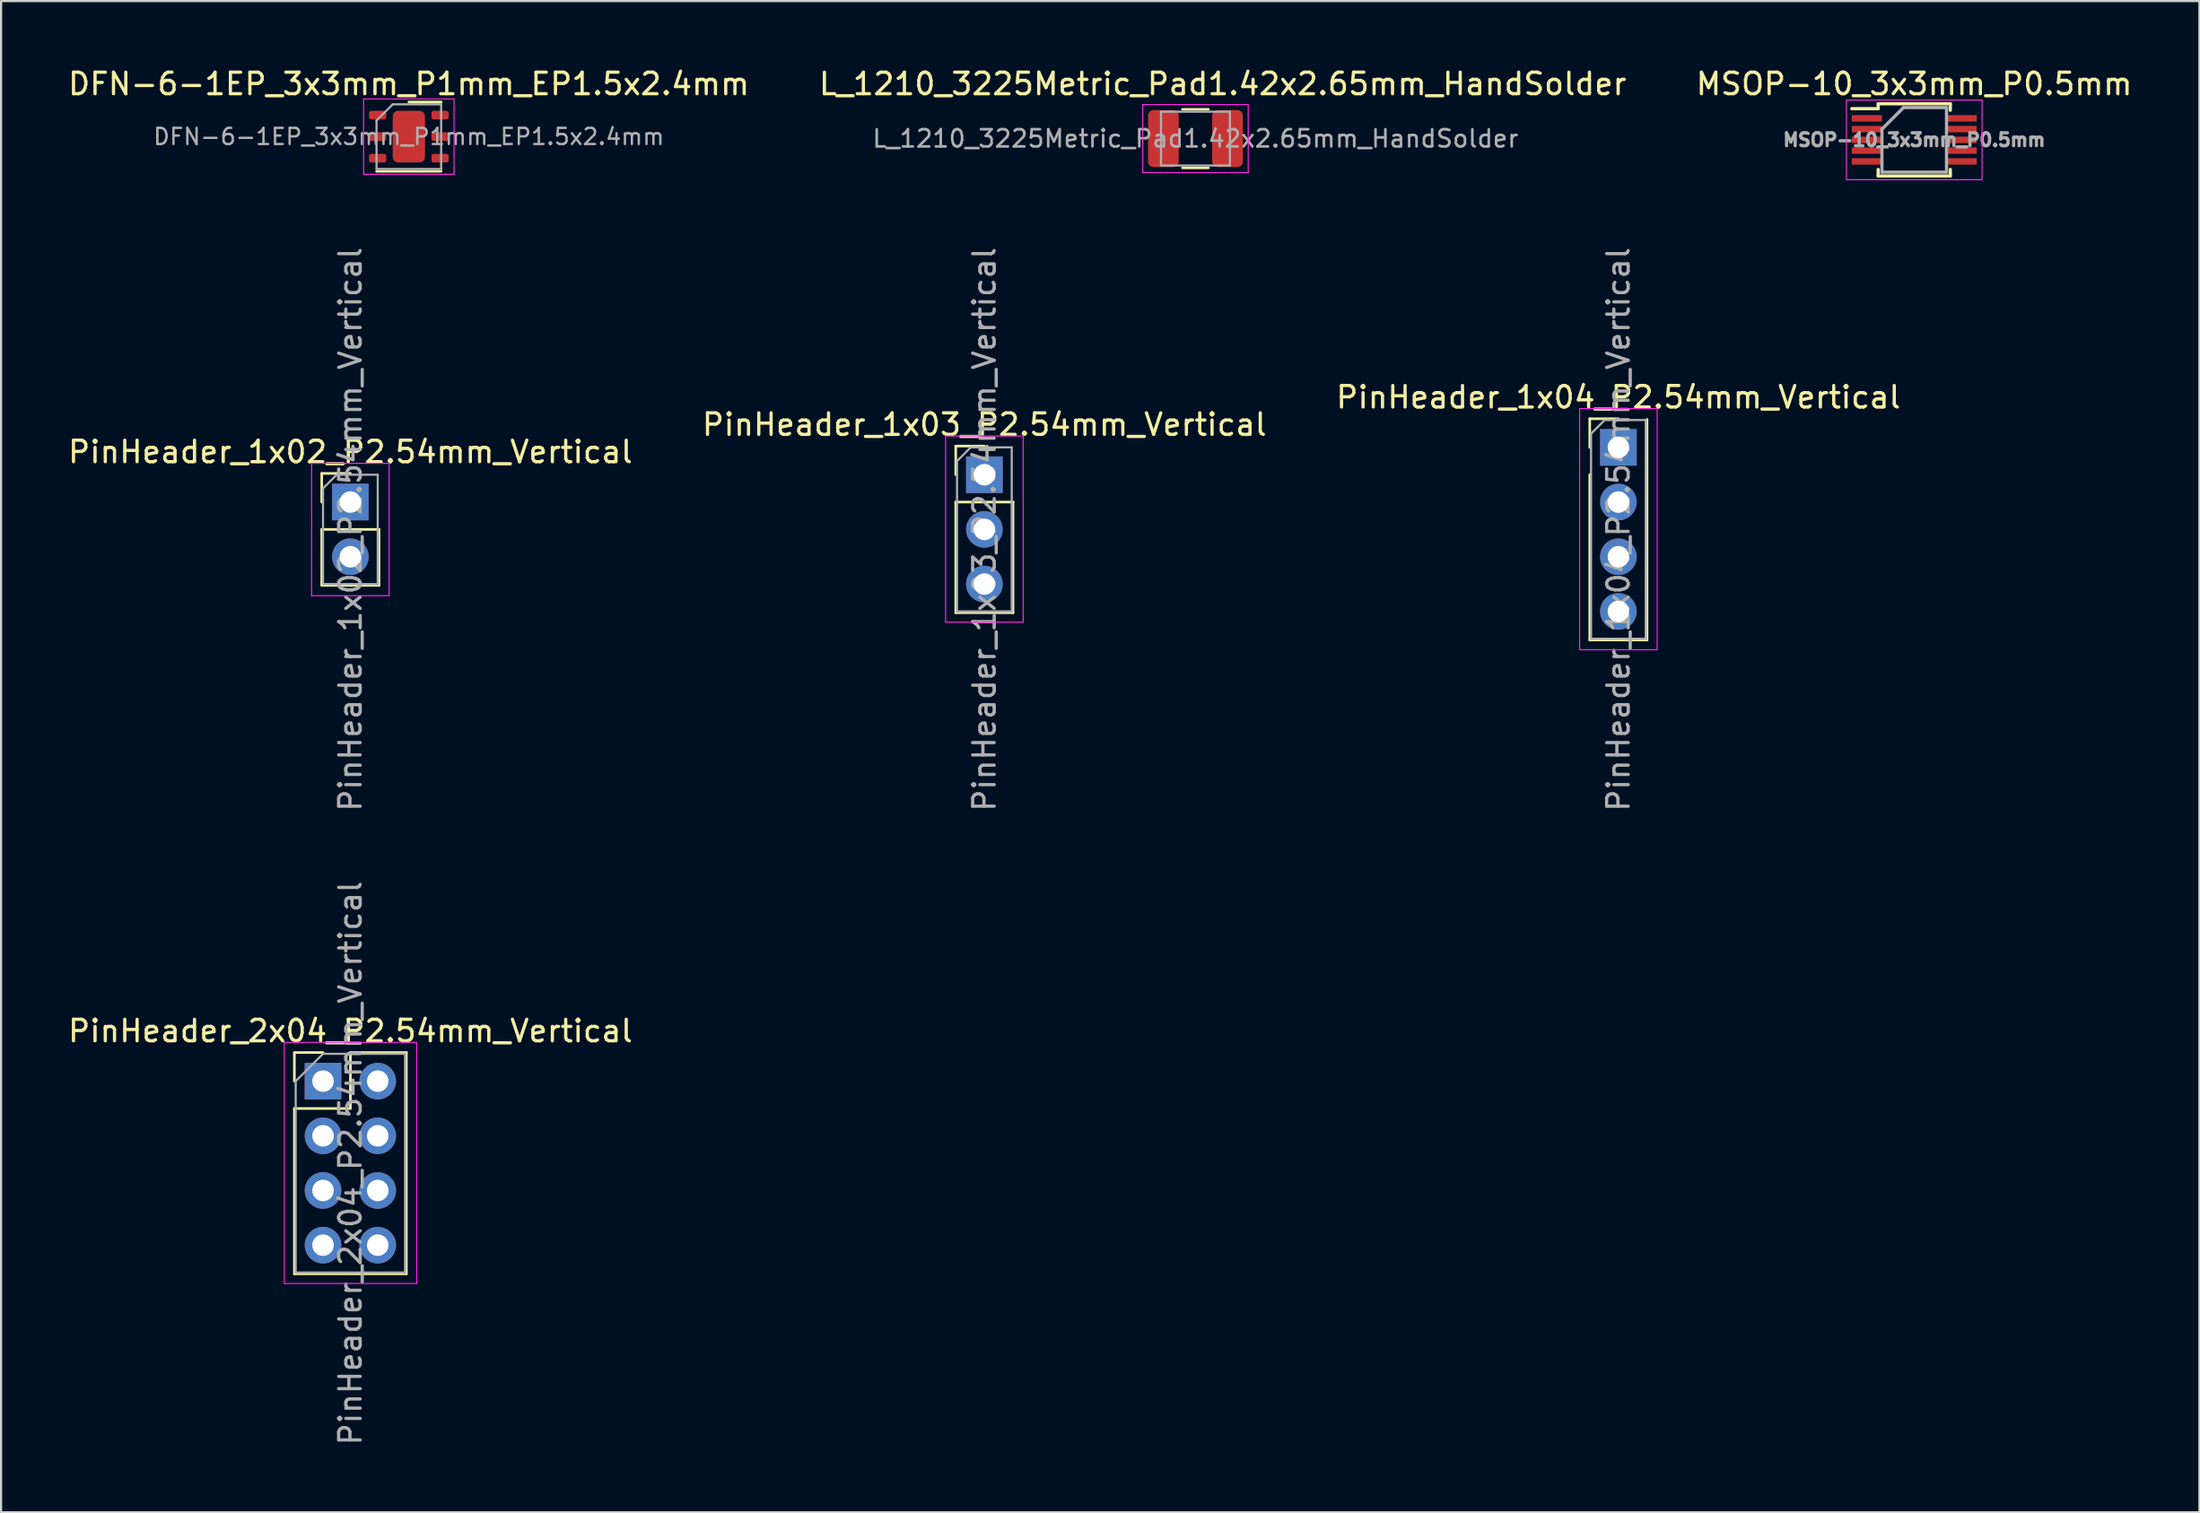
<source format=kicad_pcb>
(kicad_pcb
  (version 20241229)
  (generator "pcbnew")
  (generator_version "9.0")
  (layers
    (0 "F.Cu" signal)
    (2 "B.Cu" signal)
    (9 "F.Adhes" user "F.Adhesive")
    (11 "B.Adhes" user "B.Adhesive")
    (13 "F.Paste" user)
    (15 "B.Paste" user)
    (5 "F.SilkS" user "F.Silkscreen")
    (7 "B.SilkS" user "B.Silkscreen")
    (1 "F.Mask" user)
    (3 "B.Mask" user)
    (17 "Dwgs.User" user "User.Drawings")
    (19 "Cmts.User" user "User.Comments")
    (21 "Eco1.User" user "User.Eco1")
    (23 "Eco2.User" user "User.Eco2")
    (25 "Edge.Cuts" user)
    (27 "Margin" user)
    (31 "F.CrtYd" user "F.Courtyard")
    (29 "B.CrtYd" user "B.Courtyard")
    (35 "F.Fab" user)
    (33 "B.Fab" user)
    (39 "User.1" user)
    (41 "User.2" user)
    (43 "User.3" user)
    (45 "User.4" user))
  (footprint "PinHeader_1x04_P2.54mm_Vertical"
    (layer "F.Cu")
    (at 72.101 17.733)
    (property "Reference" "PinHeader_1x04_P2.54mm_Vertical" (at 0 -2.33 0) (layer "F.SilkS") (effects (font (size 1 1) (thickness 0.15))))
    (attr through_hole)
    (fp_line (start -1.33 -1.33) (end 0 -1.33) (stroke (width 0.12) (type solid)) (layer "F.SilkS"))
    (fp_line (start -1.33 0) (end -1.33 -1.33) (stroke (width 0.12) (type solid)) (layer "F.SilkS"))
    (fp_line (start -1.33 1.27) (end -1.33 8.95) (stroke (width 0.12) (type solid)) (layer "F.SilkS"))
    (fp_line (start -1.33 8.95) (end 1.33 8.95) (stroke (width 0.12) (type solid)) (layer "F.SilkS"))
    (fp_line (start 1.33 -1.3) (end 1.33 8.95) (stroke (width 0.12) (type solid)) (layer "F.SilkS"))
    (fp_line (start -1.8 -1.8) (end -1.8 9.4) (stroke (width 0.05) (type solid)) (layer "F.CrtYd"))
    (fp_line (start -1.8 9.4) (end 1.8 9.4) (stroke (width 0.05) (type solid)) (layer "F.CrtYd"))
    (fp_line (start 1.8 -1.8) (end -1.8 -1.8) (stroke (width 0.05) (type solid)) (layer "F.CrtYd"))
    (fp_line (start 1.8 9.4) (end 1.8 -1.8) (stroke (width 0.05) (type solid)) (layer "F.CrtYd"))
    (fp_line (start -1.27 -0.635) (end -0.635 -1.27) (stroke (width 0.1) (type solid)) (layer "F.Fab"))
    (fp_line (start -1.27 8.89) (end -1.27 -0.635) (stroke (width 0.1) (type solid)) (layer "F.Fab"))
    (fp_line (start -0.635 -1.27) (end 1.27 -1.27) (stroke (width 0.1) (type solid)) (layer "F.Fab"))
    (fp_line (start 1.27 -1.27) (end 1.27 8.89) (stroke (width 0.1) (type solid)) (layer "F.Fab"))
    (fp_line (start 1.27 8.89) (end -1.27 8.89) (stroke (width 0.1) (type solid)) (layer "F.Fab"))
    (fp_text user "${REFERENCE}" (at 0 3.81 90) (layer "F.Fab") (effects (font (size 1 1) (thickness 0.15))))
    (pad "1" thru_hole rect (at 0 0) (size 1.7 1.7) (drill 1) (layers "*.Cu" "*.Mask"))
    (pad "2" thru_hole oval (at 0 2.54) (size 1.7 1.7) (drill 1) (layers "*.Cu" "*.Mask"))
    (pad "3" thru_hole oval (at 0 5.08) (size 1.7 1.7) (drill 1) (layers "*.Cu" "*.Mask"))
    (pad "4" thru_hole oval (at 0 7.62) (size 1.7 1.7) (drill 1) (layers "*.Cu" "*.Mask")))
  (footprint "MSOP-10_3x3mm_P0.5mm"
    (layer "F.Cu")
    (at 85.839 3.448)
    (property "Reference" "MSOP-10_3x3mm_P0.5mm" (at 0 -2.6 0) (layer "F.SilkS") (effects (font (size 1 1) (thickness 0.15))))
    (attr smd)
    (fp_line (start -1.675 -1.675) (end -1.675 -1.45) (stroke (width 0.15) (type solid)) (layer "F.SilkS"))
    (fp_line (start -1.675 -1.675) (end 1.675 -1.675) (stroke (width 0.15) (type solid)) (layer "F.SilkS"))
    (fp_line (start -1.675 -1.45) (end -2.9 -1.45) (stroke (width 0.15) (type solid)) (layer "F.SilkS"))
    (fp_line (start -1.675 1.675) (end -1.675 1.375) (stroke (width 0.15) (type solid)) (layer "F.SilkS"))
    (fp_line (start -1.675 1.675) (end 1.675 1.675) (stroke (width 0.15) (type solid)) (layer "F.SilkS"))
    (fp_line (start 1.675 -1.675) (end 1.675 -1.375) (stroke (width 0.15) (type solid)) (layer "F.SilkS"))
    (fp_line (start 1.675 1.675) (end 1.675 1.375) (stroke (width 0.15) (type solid)) (layer "F.SilkS"))
    (fp_line (start -3.15 -1.85) (end -3.15 1.85) (stroke (width 0.05) (type solid)) (layer "F.CrtYd"))
    (fp_line (start -3.15 -1.85) (end 3.15 -1.85) (stroke (width 0.05) (type solid)) (layer "F.CrtYd"))
    (fp_line (start -3.15 1.85) (end 3.15 1.85) (stroke (width 0.05) (type solid)) (layer "F.CrtYd"))
    (fp_line (start 3.15 -1.85) (end 3.15 1.85) (stroke (width 0.05) (type solid)) (layer "F.CrtYd"))
    (fp_line (start -1.5 -0.5) (end -0.5 -1.5) (stroke (width 0.15) (type solid)) (layer "F.Fab"))
    (fp_line (start -1.5 1.5) (end -1.5 -0.5) (stroke (width 0.15) (type solid)) (layer "F.Fab"))
    (fp_line (start -0.5 -1.5) (end 1.5 -1.5) (stroke (width 0.15) (type solid)) (layer "F.Fab"))
    (fp_line (start 1.5 -1.5) (end 1.5 1.5) (stroke (width 0.15) (type solid)) (layer "F.Fab"))
    (fp_line (start 1.5 1.5) (end -1.5 1.5) (stroke (width 0.15) (type solid)) (layer "F.Fab"))
    (fp_text user "${REFERENCE}" (at 0 0 0) (layer "F.Fab") (effects (font (size 0.6 0.6) (thickness 0.15))))
    (pad "1" smd rect (at -2.2 -1) (size 1.4 0.3) (layers "F.Cu" "F.Mask" "F.Paste"))
    (pad "2" smd rect (at -2.2 -0.5) (size 1.4 0.3) (layers "F.Cu" "F.Mask" "F.Paste"))
    (pad "3" smd rect (at -2.2 0) (size 1.4 0.3) (layers "F.Cu" "F.Mask" "F.Paste"))
    (pad "4" smd rect (at -2.2 0.5) (size 1.4 0.3) (layers "F.Cu" "F.Mask" "F.Paste"))
    (pad "5" smd rect (at -2.2 1) (size 1.4 0.3) (layers "F.Cu" "F.Mask" "F.Paste"))
    (pad "6" smd rect (at 2.2 1) (size 1.4 0.3) (layers "F.Cu" "F.Mask" "F.Paste"))
    (pad "7" smd rect (at 2.2 0.5) (size 1.4 0.3) (layers "F.Cu" "F.Mask" "F.Paste"))
    (pad "8" smd rect (at 2.2 0) (size 1.4 0.3) (layers "F.Cu" "F.Mask" "F.Paste"))
    (pad "9" smd rect (at 2.2 -0.5) (size 1.4 0.3) (layers "F.Cu" "F.Mask" "F.Paste"))
    (pad "10" smd rect (at 2.2 -1) (size 1.4 0.3) (layers "F.Cu" "F.Mask" "F.Paste")))
  (footprint "PinHeader_1x03_P2.54mm_Vertical"
    (layer "F.Cu")
    (at 42.661 19.003)
    (property "Reference" "PinHeader_1x03_P2.54mm_Vertical" (at 0 -2.33 0) (layer "F.SilkS") (effects (font (size 1 1) (thickness 0.15))))
    (attr through_hole)
    (fp_line (start -1.33 -1.33) (end 0 -1.33) (stroke (width 0.12) (type solid)) (layer "F.SilkS"))
    (fp_line (start -1.33 0) (end -1.33 -1.33) (stroke (width 0.12) (type solid)) (layer "F.SilkS"))
    (fp_line (start -1.33 1.27) (end -1.33 6.41) (stroke (width 0.12) (type solid)) (layer "F.SilkS"))
    (fp_line (start -1.33 1.27) (end 1.33 1.27) (stroke (width 0.12) (type solid)) (layer "F.SilkS"))
    (fp_line (start -1.33 6.41) (end 1.33 6.41) (stroke (width 0.12) (type solid)) (layer "F.SilkS"))
    (fp_line (start 1.33 1.27) (end 1.33 6.41) (stroke (width 0.12) (type solid)) (layer "F.SilkS"))
    (fp_line (start -1.8 -1.8) (end -1.8 6.85) (stroke (width 0.05) (type solid)) (layer "F.CrtYd"))
    (fp_line (start -1.8 6.85) (end 1.8 6.85) (stroke (width 0.05) (type solid)) (layer "F.CrtYd"))
    (fp_line (start 1.8 -1.8) (end -1.8 -1.8) (stroke (width 0.05) (type solid)) (layer "F.CrtYd"))
    (fp_line (start 1.8 6.85) (end 1.8 -1.8) (stroke (width 0.05) (type solid)) (layer "F.CrtYd"))
    (fp_line (start -1.27 -0.635) (end -0.635 -1.27) (stroke (width 0.1) (type solid)) (layer "F.Fab"))
    (fp_line (start -1.27 6.35) (end -1.27 -0.635) (stroke (width 0.1) (type solid)) (layer "F.Fab"))
    (fp_line (start -0.635 -1.27) (end 1.27 -1.27) (stroke (width 0.1) (type solid)) (layer "F.Fab"))
    (fp_line (start 1.27 -1.27) (end 1.27 6.35) (stroke (width 0.1) (type solid)) (layer "F.Fab"))
    (fp_line (start 1.27 6.35) (end -1.27 6.35) (stroke (width 0.1) (type solid)) (layer "F.Fab"))
    (fp_text user "${REFERENCE}" (at 0 2.54 90) (layer "F.Fab") (effects (font (size 1 1) (thickness 0.15))))
    (pad "1" thru_hole rect (at 0 0) (size 1.7 1.7) (drill 1) (layers "*.Cu" "*.Mask"))
    (pad "2" thru_hole oval (at 0 2.54) (size 1.7 1.7) (drill 1) (layers "*.Cu" "*.Mask"))
    (pad "3" thru_hole oval (at 0 5.08) (size 1.7 1.7) (drill 1) (layers "*.Cu" "*.Mask")))
  (footprint "L_1210_3225Metric_Pad1.42x2.65mm_HandSolder"
    (layer "F.Cu")
    (at 52.462 3.388)
    (property "Reference" "L_1210_3225Metric_Pad1.42x2.65mm_HandSolder" (at 1.27 -2.54 0) (layer "F.SilkS") (effects (font (size 1 1) (thickness 0.15))))
    (attr smd)
    (fp_line (start -0.602 -1.36) (end 0.602 -1.36) (stroke (width 0.12) (type solid)) (layer "F.SilkS"))
    (fp_line (start -0.602 1.36) (end 0.602 1.36) (stroke (width 0.12) (type solid)) (layer "F.SilkS"))
    (fp_line (start -2.45 -1.58) (end 2.45 -1.58) (stroke (width 0.05) (type solid)) (layer "F.CrtYd"))
    (fp_line (start -2.45 1.58) (end -2.45 -1.58) (stroke (width 0.05) (type solid)) (layer "F.CrtYd"))
    (fp_line (start 2.45 -1.58) (end 2.45 1.58) (stroke (width 0.05) (type solid)) (layer "F.CrtYd"))
    (fp_line (start 2.45 1.58) (end -2.45 1.58) (stroke (width 0.05) (type solid)) (layer "F.CrtYd"))
    (fp_line (start -1.6 -1.25) (end 1.6 -1.25) (stroke (width 0.1) (type solid)) (layer "F.Fab"))
    (fp_line (start -1.6 1.25) (end -1.6 -1.25) (stroke (width 0.1) (type solid)) (layer "F.Fab"))
    (fp_line (start 1.6 -1.25) (end 1.6 1.25) (stroke (width 0.1) (type solid)) (layer "F.Fab"))
    (fp_line (start 1.6 1.25) (end -1.6 1.25) (stroke (width 0.1) (type solid)) (layer "F.Fab"))
    (fp_text user "${REFERENCE}" (at 0 0 0) (layer "F.Fab") (effects (font (size 0.8 0.8) (thickness 0.12))))
    (pad "1" smd roundrect (at -1.488 0) (size 1.425 2.65) (layers "F.Cu" "F.Mask" "F.Paste") (roundrect_rratio 0.175))
    (pad "2" smd roundrect (at 1.488 0) (size 1.425 2.65) (layers "F.Cu" "F.Mask" "F.Paste") (roundrect_rratio 0.175)))
  (footprint "PinHeader_2x04_P2.54mm_Vertical"
    (layer "F.Cu")
    (at 11.95 47.174)
    (property "Reference" "PinHeader_2x04_P2.54mm_Vertical" (at 1.27 -2.33 0) (layer "F.SilkS") (effects (font (size 1 1) (thickness 0.15))))
    (attr through_hole)
    (fp_line (start -1.33 -1.33) (end 0 -1.33) (stroke (width 0.12) (type solid)) (layer "F.SilkS"))
    (fp_line (start -1.33 0) (end -1.33 -1.33) (stroke (width 0.12) (type solid)) (layer "F.SilkS"))
    (fp_line (start -1.33 1.27) (end -1.33 8.95) (stroke (width 0.12) (type solid)) (layer "F.SilkS"))
    (fp_line (start -1.33 1.27) (end 1.27 1.27) (stroke (width 0.12) (type solid)) (layer "F.SilkS"))
    (fp_line (start -1.33 8.95) (end 3.87 8.95) (stroke (width 0.12) (type solid)) (layer "F.SilkS"))
    (fp_line (start 1.27 -1.33) (end 3.87 -1.33) (stroke (width 0.12) (type solid)) (layer "F.SilkS"))
    (fp_line (start 1.27 1.27) (end 1.27 -1.33) (stroke (width 0.12) (type solid)) (layer "F.SilkS"))
    (fp_line (start 3.87 -1.33) (end 3.87 8.95) (stroke (width 0.12) (type solid)) (layer "F.SilkS"))
    (fp_line (start -1.8 -1.8) (end -1.8 9.4) (stroke (width 0.05) (type solid)) (layer "F.CrtYd"))
    (fp_line (start -1.8 9.4) (end 4.35 9.4) (stroke (width 0.05) (type solid)) (layer "F.CrtYd"))
    (fp_line (start 4.35 -1.8) (end -1.8 -1.8) (stroke (width 0.05) (type solid)) (layer "F.CrtYd"))
    (fp_line (start 4.35 9.4) (end 4.35 -1.8) (stroke (width 0.05) (type solid)) (layer "F.CrtYd"))
    (fp_line (start -1.27 0) (end 0 -1.27) (stroke (width 0.1) (type solid)) (layer "F.Fab"))
    (fp_line (start -1.27 8.89) (end -1.27 0) (stroke (width 0.1) (type solid)) (layer "F.Fab"))
    (fp_line (start 0 -1.27) (end 3.81 -1.27) (stroke (width 0.1) (type solid)) (layer "F.Fab"))
    (fp_line (start 3.81 -1.27) (end 3.81 8.89) (stroke (width 0.1) (type solid)) (layer "F.Fab"))
    (fp_line (start 3.81 8.89) (end -1.27 8.89) (stroke (width 0.1) (type solid)) (layer "F.Fab"))
    (fp_text user "${REFERENCE}" (at 1.27 3.81 90) (layer "F.Fab") (effects (font (size 1 1) (thickness 0.15))))
    (pad "1" thru_hole rect (at 0 0) (size 1.7 1.7) (drill 1) (layers "*.Cu" "*.Mask"))
    (pad "2" thru_hole oval (at 2.54 0) (size 1.7 1.7) (drill 1) (layers "*.Cu" "*.Mask"))
    (pad "3" thru_hole oval (at 0 2.54) (size 1.7 1.7) (drill 1) (layers "*.Cu" "*.Mask"))
    (pad "4" thru_hole oval (at 2.54 2.54) (size 1.7 1.7) (drill 1) (layers "*.Cu" "*.Mask"))
    (pad "5" thru_hole oval (at 0 5.08) (size 1.7 1.7) (drill 1) (layers "*.Cu" "*.Mask"))
    (pad "6" thru_hole oval (at 2.54 5.08) (size 1.7 1.7) (drill 1) (layers "*.Cu" "*.Mask"))
    (pad "7" thru_hole oval (at 0 7.62) (size 1.7 1.7) (drill 1) (layers "*.Cu" "*.Mask"))
    (pad "8" thru_hole oval (at 2.54 7.62) (size 1.7 1.7) (drill 1) (layers "*.Cu" "*.Mask")))
  (footprint "DFN-6-1EP_3x3mm_P1mm_EP1.5x2.4mm"
    (layer "F.Cu")
    (at 15.935 3.298)
    (property "Reference" "DFN-6-1EP_3x3mm_P1mm_EP1.5x2.4mm" (at 0 -2.45 0) (layer "F.SilkS") (effects (font (size 1 1) (thickness 0.15))))
    (attr smd)
    (fp_line (start -1.5 1.61) (end 1.5 1.61) (stroke (width 0.12) (type solid)) (layer "F.SilkS"))
    (fp_line (start 0 -1.61) (end 1.5 -1.61) (stroke (width 0.12) (type solid)) (layer "F.SilkS"))
    (fp_line (start -2.1 -1.75) (end -2.1 1.75) (stroke (width 0.05) (type solid)) (layer "F.CrtYd"))
    (fp_line (start -2.1 1.75) (end 2.1 1.75) (stroke (width 0.05) (type solid)) (layer "F.CrtYd"))
    (fp_line (start 2.1 -1.75) (end -2.1 -1.75) (stroke (width 0.05) (type solid)) (layer "F.CrtYd"))
    (fp_line (start 2.1 1.75) (end 2.1 -1.75) (stroke (width 0.05) (type solid)) (layer "F.CrtYd"))
    (fp_line (start -1.5 -0.75) (end -0.75 -1.5) (stroke (width 0.1) (type solid)) (layer "F.Fab"))
    (fp_line (start -1.5 1.5) (end -1.5 -0.75) (stroke (width 0.1) (type solid)) (layer "F.Fab"))
    (fp_line (start -0.75 -1.5) (end 1.5 -1.5) (stroke (width 0.1) (type solid)) (layer "F.Fab"))
    (fp_line (start 1.5 -1.5) (end 1.5 1.5) (stroke (width 0.1) (type solid)) (layer "F.Fab"))
    (fp_line (start 1.5 1.5) (end -1.5 1.5) (stroke (width 0.1) (type solid)) (layer "F.Fab"))
    (fp_text user "${REFERENCE}" (at 0 0 0) (layer "F.Fab") (effects (font (size 0.75 0.75) (thickness 0.11))))
    (pad "" smd roundrect (at -0.375 -0.6) (size 0.6 0.97) (layers "F.Paste") (roundrect_rratio 0.25))
    (pad "" smd roundrect (at -0.375 0.6) (size 0.6 0.97) (layers "F.Paste") (roundrect_rratio 0.25))
    (pad "" smd roundrect (at 0.375 -0.6) (size 0.6 0.97) (layers "F.Paste") (roundrect_rratio 0.25))
    (pad "" smd roundrect (at 0.375 0.6) (size 0.6 0.97) (layers "F.Paste") (roundrect_rratio 0.25))
    (pad "1" smd roundrect (at -1.45 -1) (size 0.8 0.4) (layers "F.Cu" "F.Mask" "F.Paste") (roundrect_rratio 0.25))
    (pad "2" smd roundrect (at -1.45 0) (size 0.8 0.4) (layers "F.Cu" "F.Mask" "F.Paste") (roundrect_rratio 0.25))
    (pad "3" smd roundrect (at -1.45 1) (size 0.8 0.4) (layers "F.Cu" "F.Mask" "F.Paste") (roundrect_rratio 0.25))
    (pad "4" smd roundrect (at 1.45 1) (size 0.8 0.4) (layers "F.Cu" "F.Mask" "F.Paste") (roundrect_rratio 0.25))
    (pad "5" smd roundrect (at 1.45 0) (size 0.8 0.4) (layers "F.Cu" "F.Mask" "F.Paste") (roundrect_rratio 0.25))
    (pad "6" smd roundrect (at 1.45 -1) (size 0.8 0.4) (layers "F.Cu" "F.Mask" "F.Paste") (roundrect_rratio 0.25))
    (pad "7" smd roundrect (at 0 0) (size 1.5 2.4) (layers "F.Cu" "F.Mask") (roundrect_rratio 0.167)))
  (footprint "PinHeader_1x02_P2.54mm_Vertical"
    (layer "F.Cu")
    (at 13.22 20.273)
    (property "Reference" "PinHeader_1x02_P2.54mm_Vertical" (at 0 -2.33 0) (layer "F.SilkS") (effects (font (size 1 1) (thickness 0.15))))
    (attr through_hole)
    (fp_line (start -1.33 -1.33) (end 0 -1.33) (stroke (width 0.12) (type solid)) (layer "F.SilkS"))
    (fp_line (start -1.33 0) (end -1.33 -1.33) (stroke (width 0.12) (type solid)) (layer "F.SilkS"))
    (fp_line (start -1.33 1.27) (end -1.33 3.87) (stroke (width 0.12) (type solid)) (layer "F.SilkS"))
    (fp_line (start -1.33 1.27) (end 1.33 1.27) (stroke (width 0.12) (type solid)) (layer "F.SilkS"))
    (fp_line (start -1.33 3.87) (end 1.33 3.87) (stroke (width 0.12) (type solid)) (layer "F.SilkS"))
    (fp_line (start 1.33 1.27) (end 1.33 3.87) (stroke (width 0.12) (type solid)) (layer "F.SilkS"))
    (fp_line (start -1.8 -1.8) (end -1.8 4.35) (stroke (width 0.05) (type solid)) (layer "F.CrtYd"))
    (fp_line (start -1.8 4.35) (end 1.8 4.35) (stroke (width 0.05) (type solid)) (layer "F.CrtYd"))
    (fp_line (start 1.8 -1.8) (end -1.8 -1.8) (stroke (width 0.05) (type solid)) (layer "F.CrtYd"))
    (fp_line (start 1.8 4.35) (end 1.8 -1.8) (stroke (width 0.05) (type solid)) (layer "F.CrtYd"))
    (fp_line (start -1.27 -0.635) (end -0.635 -1.27) (stroke (width 0.1) (type solid)) (layer "F.Fab"))
    (fp_line (start -1.27 3.81) (end -1.27 -0.635) (stroke (width 0.1) (type solid)) (layer "F.Fab"))
    (fp_line (start -0.635 -1.27) (end 1.27 -1.27) (stroke (width 0.1) (type solid)) (layer "F.Fab"))
    (fp_line (start 1.27 -1.27) (end 1.27 3.81) (stroke (width 0.1) (type solid)) (layer "F.Fab"))
    (fp_line (start 1.27 3.81) (end -1.27 3.81) (stroke (width 0.1) (type solid)) (layer "F.Fab"))
    (fp_text user "${REFERENCE}" (at 0 1.27 90) (layer "F.Fab") (effects (font (size 1 1) (thickness 0.15))))
    (pad "1" thru_hole rect (at 0 0) (size 1.7 1.7) (drill 1) (layers "*.Cu" "*.Mask"))
    (pad "2" thru_hole oval (at 0 2.54) (size 1.7 1.7) (drill 1) (layers "*.Cu" "*.Mask")))
  (gr_rect
    (start -3 -3)
    (end 99.083 67.204)
    (stroke (width 0.1) (type default))
    (fill no)
    (layer "Edge.Cuts")))
</source>
